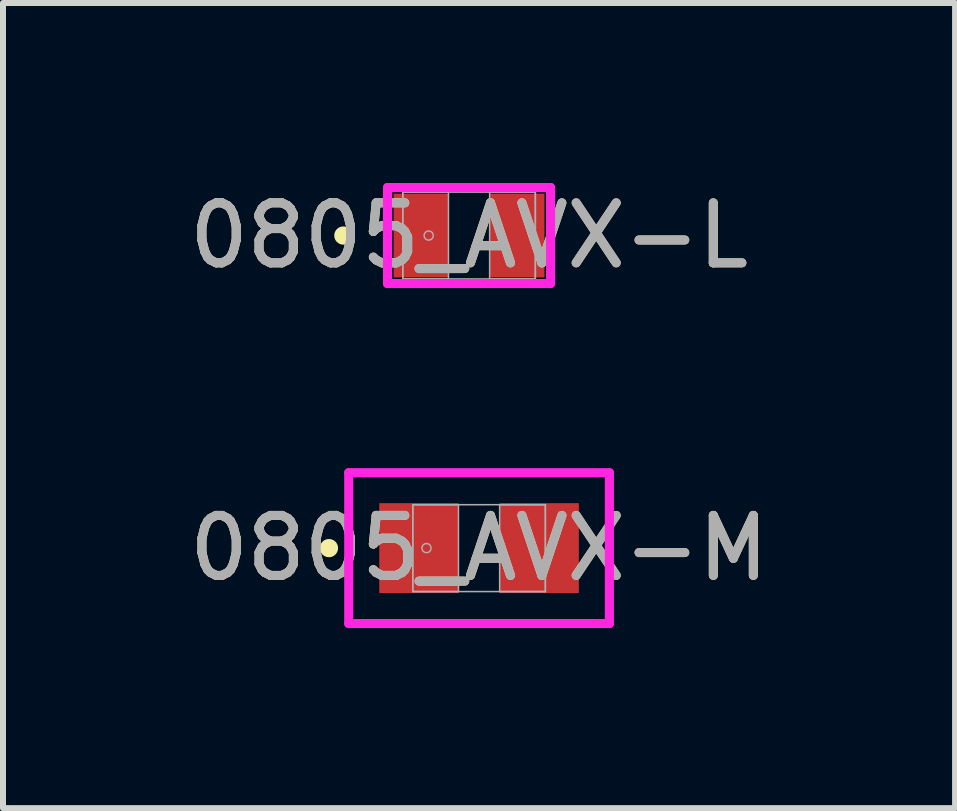
<source format=kicad_pcb>
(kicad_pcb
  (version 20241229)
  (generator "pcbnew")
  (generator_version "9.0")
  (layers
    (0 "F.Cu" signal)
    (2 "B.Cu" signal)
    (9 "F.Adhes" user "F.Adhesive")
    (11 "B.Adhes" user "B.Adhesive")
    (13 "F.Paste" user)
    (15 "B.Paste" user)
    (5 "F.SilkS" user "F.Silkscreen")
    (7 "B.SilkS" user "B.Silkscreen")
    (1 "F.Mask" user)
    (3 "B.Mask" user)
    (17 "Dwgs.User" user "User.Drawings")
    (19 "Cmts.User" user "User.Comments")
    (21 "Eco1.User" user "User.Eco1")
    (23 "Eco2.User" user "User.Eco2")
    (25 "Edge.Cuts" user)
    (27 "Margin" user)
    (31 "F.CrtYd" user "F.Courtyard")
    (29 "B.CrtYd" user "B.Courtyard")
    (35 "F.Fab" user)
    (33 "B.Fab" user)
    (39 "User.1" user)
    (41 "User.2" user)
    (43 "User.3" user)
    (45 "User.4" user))
  (footprint "0805_AVX-L"
    (layer "F.Cu")
    (at 4.768 0.876)
    (property "Reference" "0805_AVX-L" (at 0 0 0) (unlocked yes) (layer "F.SilkS") (effects (font (size 1 1) (thickness 0.15))))
    (attr smd)
    (fp_circle (center -2.095 0) (end -2.019 0) (stroke (width 0.152) (type solid)) (fill no) (layer "F.SilkS"))
    (fp_line (start -1.359 -0.8) (end 1.359 -0.8) (stroke (width 0.152) (type solid)) (layer "F.CrtYd"))
    (fp_line (start -1.359 0.8) (end -1.359 -0.8) (stroke (width 0.152) (type solid)) (layer "F.CrtYd"))
    (fp_line (start 1.359 -0.8) (end 1.359 0.8) (stroke (width 0.152) (type solid)) (layer "F.CrtYd"))
    (fp_line (start 1.359 0.8) (end -1.359 0.8) (stroke (width 0.152) (type solid)) (layer "F.CrtYd"))
    (fp_line (start -1.105 -0.724) (end -1.105 0.724) (stroke (width 0.025) (type solid)) (layer "F.Fab"))
    (fp_line (start -1.105 -0.724) (end -1.105 0.724) (stroke (width 0.025) (type solid)) (layer "F.Fab"))
    (fp_line (start -1.105 0.724) (end -0.343 0.724) (stroke (width 0.025) (type solid)) (layer "F.Fab"))
    (fp_line (start -1.105 0.724) (end 1.105 0.724) (stroke (width 0.025) (type solid)) (layer "F.Fab"))
    (fp_line (start -0.343 -0.724) (end -1.105 -0.724) (stroke (width 0.025) (type solid)) (layer "F.Fab"))
    (fp_line (start -0.343 0.724) (end -0.343 -0.724) (stroke (width 0.025) (type solid)) (layer "F.Fab"))
    (fp_line (start 0.343 -0.724) (end 0.343 0.724) (stroke (width 0.025) (type solid)) (layer "F.Fab"))
    (fp_line (start 0.343 0.724) (end 1.105 0.724) (stroke (width 0.025) (type solid)) (layer "F.Fab"))
    (fp_line (start 1.105 -0.724) (end -1.105 -0.724) (stroke (width 0.025) (type solid)) (layer "F.Fab"))
    (fp_line (start 1.105 -0.724) (end 0.343 -0.724) (stroke (width 0.025) (type solid)) (layer "F.Fab"))
    (fp_line (start 1.105 0.724) (end 1.105 -0.724) (stroke (width 0.025) (type solid)) (layer "F.Fab"))
    (fp_line (start 1.105 0.724) (end 1.105 -0.724) (stroke (width 0.025) (type solid)) (layer "F.Fab"))
    (fp_circle (center -0.673 0) (end -0.597 0) (stroke (width 0.025) (type solid)) (fill no) (layer "F.Fab"))
    (fp_text user "${REFERENCE}" (at 0 0 0) (unlocked yes) (layer "F.Fab") (effects (font (size 1 1) (thickness 0.15))))
    (pad "1" smd rect (at -0.8 0) (size 0.914 1.397) (layers "F.Cu" "F.Mask" "F.Paste"))
    (pad "2" smd rect (at 0.8 0) (size 0.914 1.397) (layers "F.Cu" "F.Mask" "F.Paste"))
    (zone (net_name "") (layer "F.Cu") (hatch full 0.508) (connect_pads) (min_thickness 0.254) (filled_areas_thickness no) (keepout (tracks not_allowed) (vias not_allowed) (pads allowed) (copperpour not_allowed) (footprints allowed)) (placement (enabled no)) (fill) (polygon (pts (xy 4.476 0.203) (xy 5.06 0.203) (xy 5.06 1.549) (xy 4.476 1.549)))))
  (footprint "0805_AVX-M"
    (layer "F.Cu")
    (at 4.935 6.086)
    (property "Reference" "0805_AVX-M" (at 0 0 0) (unlocked yes) (layer "F.SilkS") (effects (font (size 1 1) (thickness 0.15))))
    (attr smd)
    (fp_circle (center -2.502 0) (end -2.426 0) (stroke (width 0.152) (type solid)) (fill no) (layer "F.SilkS"))
    (fp_line (start -2.172 -1.257) (end 2.172 -1.257) (stroke (width 0.152) (type solid)) (layer "F.CrtYd"))
    (fp_line (start -2.172 1.257) (end -2.172 -1.257) (stroke (width 0.152) (type solid)) (layer "F.CrtYd"))
    (fp_line (start 2.172 -1.257) (end 2.172 1.257) (stroke (width 0.152) (type solid)) (layer "F.CrtYd"))
    (fp_line (start 2.172 1.257) (end -2.172 1.257) (stroke (width 0.152) (type solid)) (layer "F.CrtYd"))
    (fp_line (start -1.105 -0.724) (end -1.105 0.724) (stroke (width 0.025) (type solid)) (layer "F.Fab"))
    (fp_line (start -1.105 -0.724) (end -1.105 0.724) (stroke (width 0.025) (type solid)) (layer "F.Fab"))
    (fp_line (start -1.105 0.724) (end -0.343 0.724) (stroke (width 0.025) (type solid)) (layer "F.Fab"))
    (fp_line (start -1.105 0.724) (end 1.105 0.724) (stroke (width 0.025) (type solid)) (layer "F.Fab"))
    (fp_line (start -0.343 -0.724) (end -1.105 -0.724) (stroke (width 0.025) (type solid)) (layer "F.Fab"))
    (fp_line (start -0.343 0.724) (end -0.343 -0.724) (stroke (width 0.025) (type solid)) (layer "F.Fab"))
    (fp_line (start 0.343 -0.724) (end 0.343 0.724) (stroke (width 0.025) (type solid)) (layer "F.Fab"))
    (fp_line (start 0.343 0.724) (end 1.105 0.724) (stroke (width 0.025) (type solid)) (layer "F.Fab"))
    (fp_line (start 1.105 -0.724) (end -1.105 -0.724) (stroke (width 0.025) (type solid)) (layer "F.Fab"))
    (fp_line (start 1.105 -0.724) (end 0.343 -0.724) (stroke (width 0.025) (type solid)) (layer "F.Fab"))
    (fp_line (start 1.105 0.724) (end 1.105 -0.724) (stroke (width 0.025) (type solid)) (layer "F.Fab"))
    (fp_line (start 1.105 0.724) (end 1.105 -0.724) (stroke (width 0.025) (type solid)) (layer "F.Fab"))
    (fp_circle (center -0.876 0) (end -0.8 0) (stroke (width 0.025) (type solid)) (fill no) (layer "F.Fab"))
    (fp_text user "${REFERENCE}" (at 0 0 0) (unlocked yes) (layer "F.Fab") (effects (font (size 1 1) (thickness 0.15))))
    (pad "1" smd rect (at -1.003 0) (size 1.321 1.499) (layers "F.Cu" "F.Mask" "F.Paste"))
    (pad "2" smd rect (at 1.003 0) (size 1.321 1.499) (layers "F.Cu" "F.Mask" "F.Paste"))
    (zone (net_name "") (layer "F.Cu") (hatch full 0.508) (connect_pads) (min_thickness 0.254) (filled_areas_thickness no) (keepout (tracks not_allowed) (vias not_allowed) (pads allowed) (copperpour not_allowed) (footprints allowed)) (placement (enabled no)) (fill) (polygon (pts (xy 4.642 5.413) (xy 5.227 5.413) (xy 5.227 6.759) (xy 4.642 6.759)))))
  (gr_rect
    (start -3 -3)
    (end 12.869 10.42)
    (stroke (width 0.1) (type default))
    (fill no)
    (layer "Edge.Cuts")))
</source>
